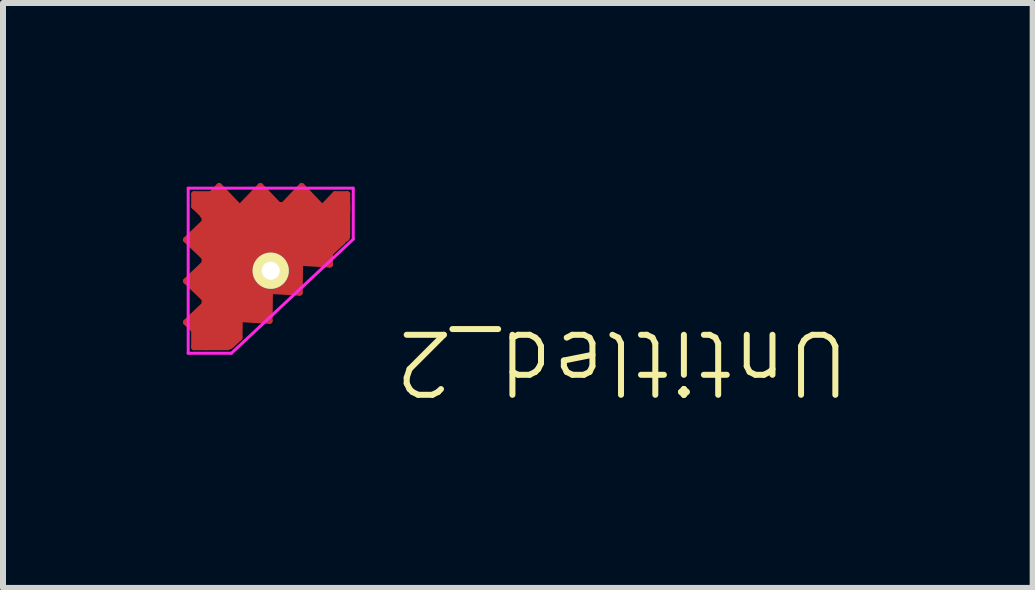
<source format=kicad_pcb>
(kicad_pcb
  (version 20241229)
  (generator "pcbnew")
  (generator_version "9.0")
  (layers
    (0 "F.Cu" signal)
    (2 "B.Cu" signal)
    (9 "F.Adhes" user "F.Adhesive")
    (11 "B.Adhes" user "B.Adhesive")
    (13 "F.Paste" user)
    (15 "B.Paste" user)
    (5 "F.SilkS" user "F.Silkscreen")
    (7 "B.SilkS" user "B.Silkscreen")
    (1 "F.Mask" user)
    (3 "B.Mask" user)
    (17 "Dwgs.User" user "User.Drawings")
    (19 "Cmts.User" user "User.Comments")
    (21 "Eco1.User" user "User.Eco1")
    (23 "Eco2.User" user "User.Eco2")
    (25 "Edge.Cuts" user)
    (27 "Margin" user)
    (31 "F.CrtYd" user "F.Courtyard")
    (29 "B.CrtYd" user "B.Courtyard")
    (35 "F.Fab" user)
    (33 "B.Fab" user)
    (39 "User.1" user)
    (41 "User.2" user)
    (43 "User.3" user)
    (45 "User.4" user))
  (footprint "Untitled_2"
    (layer "F.Cu")
    (at 1.466 1.486)
    (property "Reference" "Untitled_2" (at 5.856 1.5 180) (unlocked yes) (layer "F.SilkS") (effects (font (size 1 1) (thickness 0.1))))
    (attr through_hole)
    (fp_line (start -1.416 -0.541) (end -1.056 -0.884) (stroke (width 0.1) (type solid)) (layer "F.Cu"))
    (fp_line (start -1.416 0.147) (end -1.056 -0.197) (stroke (width 0.1) (type solid)) (layer "F.Cu"))
    (fp_line (start -1.416 0.834) (end -1.28 0.964) (stroke (width 0.1) (type solid)) (layer "F.Cu"))
    (fp_line (start -1.416 0.834) (end -1.056 0.491) (stroke (width 0.1) (type solid)) (layer "F.Cu"))
    (fp_line (start -1.305 -0.545) (end -1.175 -0.665) (stroke (width 0.15) (type solid)) (layer "F.Cu"))
    (fp_line (start -1.295 0.145) (end -1.165 0.025) (stroke (width 0.15) (type solid)) (layer "F.Cu"))
    (fp_line (start -1.28 -1.3) (end -1.28 -1.099) (stroke (width 0.1) (type solid)) (layer "F.Cu"))
    (fp_line (start -1.28 -1.099) (end -1.056 -0.884) (stroke (width 0.1) (type solid)) (layer "F.Cu"))
    (fp_line (start -1.28 0.964) (end -1.28 1.25) (stroke (width 0.1) (type solid)) (layer "F.Cu"))
    (fp_line (start -1.28 1.25) (end -1.079 1.25) (stroke (width 0.1) (type solid)) (layer "F.Cu"))
    (fp_line (start -1.185 1.145) (end -1.175 0.695) (stroke (width 0.15) (type solid)) (layer "F.Cu"))
    (fp_line (start -1.175 -1.205) (end -0.725 -1.195) (stroke (width 0.15) (type solid)) (layer "F.Cu"))
    (fp_line (start -1.175 -1.095) (end -1.175 -1.205) (stroke (width 0.15) (type solid)) (layer "F.Cu"))
    (fp_line (start -1.175 -0.665) (end -1.175 -0.415) (stroke (width 0.15) (type solid)) (layer "F.Cu"))
    (fp_line (start -1.175 -0.415) (end -1.305 -0.545) (stroke (width 0.15) (type solid)) (layer "F.Cu"))
    (fp_line (start -1.175 0.695) (end -1.275 0.855) (stroke (width 0.15) (type solid)) (layer "F.Cu"))
    (fp_line (start -1.165 0.025) (end -1.165 0.275) (stroke (width 0.15) (type solid)) (layer "F.Cu"))
    (fp_line (start -1.165 0.275) (end -1.295 0.145) (stroke (width 0.15) (type solid)) (layer "F.Cu"))
    (fp_line (start -1.079 1.25) (end -0.864 1.026) (stroke (width 0.1) (type solid)) (layer "F.Cu"))
    (fp_line (start -1.075 1.145) (end -1.185 1.145) (stroke (width 0.15) (type solid)) (layer "F.Cu"))
    (fp_line (start -1.056 -0.197) (end -1.416 -0.541) (stroke (width 0.1) (type solid)) (layer "F.Cu"))
    (fp_line (start -1.056 0.491) (end -1.416 0.147) (stroke (width 0.1) (type solid)) (layer "F.Cu"))
    (fp_line (start -0.994 -1.3) (end -1.28 -1.3) (stroke (width 0.1) (type solid)) (layer "F.Cu"))
    (fp_line (start -0.94 1.09) (end -0.9 -0.45) (stroke (width 0.2) (type default)) (layer "F.Cu"))
    (fp_line (start -0.912 0.524) (end -0.328 0.716) (stroke (width 0.2) (type default)) (layer "F.Cu"))
    (fp_line (start -0.9 -0.45) (end -0.81 1.1) (stroke (width 0.2) (type default)) (layer "F.Cu"))
    (fp_line (start -0.864 -1.436) (end -0.521 -1.076) (stroke (width 0.1) (type solid)) (layer "F.Cu"))
    (fp_line (start -0.864 -1.436) (end -0.994 -1.3) (stroke (width 0.1) (type solid)) (layer "F.Cu"))
    (fp_line (start -0.856 0.395) (end -0.273 0.586) (stroke (width 0.2) (type default)) (layer "F.Cu"))
    (fp_line (start -0.855 -0.89) (end -0.925 -1.09) (stroke (width 0.2) (type default)) (layer "F.Cu"))
    (fp_line (start -0.817 0.73) (end -0.76 -0.81) (stroke (width 0.2) (type default)) (layer "F.Cu"))
    (fp_line (start -0.81 1.1) (end -0.817 0.73) (stroke (width 0.2) (type default)) (layer "F.Cu"))
    (fp_line (start -0.782 0.274) (end -0.198 0.466) (stroke (width 0.2) (type default)) (layer "F.Cu"))
    (fp_line (start -0.76 -0.81) (end -0.74 -1.07) (stroke (width 0.2) (type default)) (layer "F.Cu"))
    (fp_line (start -0.725 -1.195) (end -0.885 -1.295) (stroke (width 0.15) (type solid)) (layer "F.Cu"))
    (fp_line (start -0.712 0.124) (end -0.128 0.316) (stroke (width 0.2) (type default)) (layer "F.Cu"))
    (fp_line (start -0.712 0.234) (end -0.128 0.426) (stroke (width 0.2) (type default)) (layer "F.Cu"))
    (fp_line (start -0.672 1.228) (end -0.525 1.091) (stroke (width 0.1) (type solid)) (layer "F.Cu"))
    (fp_line (start -0.66 -0.86) (end -0.61 0.45) (stroke (width 0.2) (type default)) (layer "F.Cu"))
    (fp_line (start -0.64 -0.97) (end 0.14 -1.07) (stroke (width 0.2) (type default)) (layer "F.Cu"))
    (fp_line (start -0.64 -0.76) (end -0.64 -0.97) (stroke (width 0.2) (type default)) (layer "F.Cu"))
    (fp_line (start -0.615 0.72) (end -0.685 0.52) (stroke (width 0.2) (type default)) (layer "F.Cu"))
    (fp_line (start -0.612 0.869) (end -0.728 0.691) (stroke (width 0.2) (type default)) (layer "F.Cu"))
    (fp_line (start -0.61 0.45) (end -0.36 -0.8) (stroke (width 0.2) (type default)) (layer "F.Cu"))
    (fp_line (start -0.594 1.012) (end -0.675 1.087) (stroke (width 0.15) (type solid)) (layer "F.Cu"))
    (fp_line (start -0.585 -0.87) (end -0.655 -1.07) (stroke (width 0.2) (type default)) (layer "F.Cu"))
    (fp_line (start -0.537 -0.713) (end -0.432 -0.107) (stroke (width 0.2) (type default)) (layer "F.Cu"))
    (fp_line (start -0.525 1.091) (end -0.521 0.781) (stroke (width 0.1) (type solid)) (layer "F.Cu"))
    (fp_line (start -0.521 -1.076) (end -0.177 -1.436) (stroke (width 0.1) (type solid)) (layer "F.Cu"))
    (fp_line (start -0.521 -0.8) (end 0.45 -0.98) (stroke (width 0.2) (type default)) (layer "F.Cu"))
    (fp_line (start -0.422 -0.403) (end -0.318 0.203) (stroke (width 0.2) (type default)) (layer "F.Cu"))
    (fp_line (start -0.36 -0.8) (end -0.255 -0.195) (stroke (width 0.2) (type default)) (layer "F.Cu"))
    (fp_line (start -0.305 -1.185) (end -0.175 -1.315) (stroke (width 0.15) (type solid)) (layer "F.Cu"))
    (fp_line (start -0.297 -0.423) (end 0.287 -0.232) (stroke (width 0.2) (type default)) (layer "F.Cu"))
    (fp_line (start -0.28 -0.86) (end -0.35 -1.06) (stroke (width 0.2) (type default)) (layer "F.Cu"))
    (fp_line (start -0.28 0.719) (end -0.097 0.548) (stroke (width 0.15) (type solid)) (layer "F.Cu"))
    (fp_line (start -0.177 -1.436) (end 0.167 -1.076) (stroke (width 0.1) (type solid)) (layer "F.Cu"))
    (fp_line (start -0.175 -1.315) (end -0.055 -1.185) (stroke (width 0.15) (type solid)) (layer "F.Cu"))
    (fp_line (start -0.103 0.732) (end -0.28 0.719) (stroke (width 0.15) (type solid)) (layer "F.Cu"))
    (fp_line (start -0.097 0.548) (end -0.103 0.732) (stroke (width 0.15) (type solid)) (layer "F.Cu"))
    (fp_line (start -0.055 -1.185) (end -0.305 -1.185) (stroke (width 0.15) (type solid)) (layer "F.Cu"))
    (fp_line (start -0.032 -0.426) (end 0.552 -0.234) (stroke (width 0.2) (type default)) (layer "F.Cu"))
    (fp_line (start -0.024 0.81) (end -0.521 0.781) (stroke (width 0.1) (type solid)) (layer "F.Cu"))
    (fp_line (start -0.018 0.312) (end -0.024 0.81) (stroke (width 0.1) (type solid)) (layer "F.Cu"))
    (fp_line (start 0.118 -0.486) (end 0.702 -0.294) (stroke (width 0.2) (type default)) (layer "F.Cu"))
    (fp_line (start 0.14 -1.07) (end -0.65 0.68) (stroke (width 0.2) (type default)) (layer "F.Cu"))
    (fp_line (start 0.16 -0.97) (end 0.49 -1) (stroke (width 0.2) (type default)) (layer "F.Cu"))
    (fp_line (start 0.167 -1.076) (end 0.511 -1.436) (stroke (width 0.1) (type solid)) (layer "F.Cu"))
    (fp_line (start 0.218 0.241) (end 0.401 0.07) (stroke (width 0.15) (type solid)) (layer "F.Cu"))
    (fp_line (start 0.218 -0.746) (end 0.802 -0.554) (stroke (width 0.2) (type default)) (layer "F.Cu"))
    (fp_line (start 0.218 -0.606) (end 0.802 -0.414) (stroke (width 0.2) (type default)) (layer "F.Cu"))
    (fp_line (start 0.268 -0.726) (end 0.852 -0.534) (stroke (width 0.2) (type default)) (layer "F.Cu"))
    (fp_line (start 0.31 -1.06) (end 0.16 -0.97) (stroke (width 0.2) (type default)) (layer "F.Cu"))
    (fp_line (start 0.323 0.253) (end 0.113 0.228) (stroke (width 0.2) (type default)) (layer "F.Cu"))
    (fp_line (start 0.375 0.01) (end 0.305 -0.19) (stroke (width 0.2) (type default)) (layer "F.Cu"))
    (fp_line (start 0.385 -1.195) (end 0.515 -1.325) (stroke (width 0.15) (type solid)) (layer "F.Cu"))
    (fp_line (start 0.395 0.254) (end 0.218 0.241) (stroke (width 0.15) (type solid)) (layer "F.Cu"))
    (fp_line (start 0.401 0.07) (end 0.395 0.254) (stroke (width 0.15) (type solid)) (layer "F.Cu"))
    (fp_line (start 0.406 -0.13) (end 0.294 0.05) (stroke (width 0.2) (type default)) (layer "F.Cu"))
    (fp_line (start 0.44 -1.21) (end 0.31 -1.06) (stroke (width 0.2) (type default)) (layer "F.Cu"))
    (fp_line (start 0.45 -0.98) (end 0.99 -0.81) (stroke (width 0.2) (type default)) (layer "F.Cu"))
    (fp_line (start 0.46 -0.29) (end -0.64 -0.76) (stroke (width 0.2) (type default)) (layer "F.Cu"))
    (fp_line (start 0.478 0.341) (end -0.018 0.312) (stroke (width 0.1) (type solid)) (layer "F.Cu"))
    (fp_line (start 0.484 -0.157) (end 0.478 0.341) (stroke (width 0.1) (type solid)) (layer "F.Cu"))
    (fp_line (start 0.49 -1) (end 0.63 -1.05) (stroke (width 0.2) (type default)) (layer "F.Cu"))
    (fp_line (start 0.498 -0.996) (end 1.082 -0.804) (stroke (width 0.2) (type default)) (layer "F.Cu"))
    (fp_line (start 0.511 -1.436) (end 0.854 -1.076) (stroke (width 0.1) (type solid)) (layer "F.Cu"))
    (fp_line (start 0.515 -1.325) (end 0.635 -1.195) (stroke (width 0.15) (type solid)) (layer "F.Cu"))
    (fp_line (start 0.542 -0.822) (end 1.138 -0.968) (stroke (width 0.2) (type default)) (layer "F.Cu"))
    (fp_line (start 0.56 -0.4) (end -0.36 -0.81) (stroke (width 0.2) (type default)) (layer "F.Cu"))
    (fp_line (start 0.63 -1.05) (end 0.72 -0.895) (stroke (width 0.2) (type default)) (layer "F.Cu"))
    (fp_line (start 0.635 -1.195) (end 0.385 -1.195) (stroke (width 0.15) (type solid)) (layer "F.Cu"))
    (fp_line (start 0.67 -1.12) (end 0.44 -1.21) (stroke (width 0.2) (type default)) (layer "F.Cu"))
    (fp_line (start 0.715 -0.209) (end 0.9 -0.245) (stroke (width 0.15) (type solid)) (layer "F.Cu"))
    (fp_line (start 0.92 -1.01) (end 1.03 -1.07) (stroke (width 0.2) (type default)) (layer "F.Cu"))
    (fp_line (start 0.976 -0.589) (end 1.051 -0.508) (stroke (width 0.15) (type solid)) (layer "F.Cu"))
    (fp_line (start 0.981 -0.127) (end 0.983 -0.316) (stroke (width 0.1) (type solid)) (layer "F.Cu"))
    (fp_line (start 0.981 -0.128) (end 0.484 -0.157) (stroke (width 0.1) (type solid)) (layer "F.Cu"))
    (fp_line (start 0.983 -0.316) (end 1.193 -0.511) (stroke (width 0.1) (type solid)) (layer "F.Cu"))
    (fp_line (start 1.051 -0.508) (end 0.715 -0.209) (stroke (width 0.15) (type solid)) (layer "F.Cu"))
    (fp_line (start 1.065 -1.195) (end 1.175 -1.195) (stroke (width 0.15) (type solid)) (layer "F.Cu"))
    (fp_line (start 1.069 -1.3) (end 0.854 -1.076) (stroke (width 0.1) (type solid)) (layer "F.Cu"))
    (fp_line (start 1.088 -0.622) (end 0.67 -1.12) (stroke (width 0.2) (type default)) (layer "F.Cu"))
    (fp_line (start 1.175 -1.195) (end 1.165 -0.745) (stroke (width 0.15) (type solid)) (layer "F.Cu"))
    (fp_line (start 1.19 -0.642) (end 1.07 -0.818) (stroke (width 0.2) (type default)) (layer "F.Cu"))
    (fp_line (start 1.193 -0.511) (end 1.055 -0.658) (stroke (width 0.1) (type solid)) (layer "F.Cu"))
    (fp_line (start 1.27 -1.3) (end 1.069 -1.3) (stroke (width 0.1) (type solid)) (layer "F.Cu"))
    (fp_line (start 1.27 -1.014) (end 1.27 -1.3) (stroke (width 0.1) (type solid)) (layer "F.Cu"))
    (fp_rect (start -1.09 -1.17) (end -0.74 -0.97) (stroke (width 0.2) (type default)) (fill no) (layer "F.Cu"))
    (fp_rect (start -1.056 -0.884) (end -0.93 -0.62) (stroke (width 0.2) (type default)) (fill no) (layer "F.Cu"))
    (fp_rect (start -1.056 -0.62) (end -0.73 1.2) (stroke (width 0.2) (type default)) (fill no) (layer "F.Cu"))
    (fp_rect (start 0.03 -0.81) (end 0.99 -0.65) (stroke (width 0.2) (type default)) (fill no) (layer "F.Cu"))
    (fp_rect (start 1.04 -1.12) (end 1.22 -0.6) (stroke (width 0.2) (type default)) (fill no) (layer "F.Cu"))
    (fp_line (start -1.38 -1.4) (end -1.38 1.35) (stroke (width 0.05) (type solid)) (layer "F.CrtYd"))
    (fp_line (start -1.38 -1.4) (end 1.37 -1.4) (stroke (width 0.05) (type solid)) (layer "F.CrtYd"))
    (fp_line (start -0.66 1.35) (end -1.38 1.35) (stroke (width 0.05) (type default)) (layer "F.CrtYd"))
    (fp_line (start -0.66 1.35) (end 1.37 -0.55) (stroke (width 0.05) (type default)) (layer "F.CrtYd"))
    (fp_line (start 1.37 -0.55) (end 1.37 -1.4) (stroke (width 0.05) (type default)) (layer "F.CrtYd"))
    (pad "1" thru_hole circle (at -0.005 -0.025) (size 0.605 0.605) (drill 0.3) (layers "*.Cu" "*.Mask" "F.SilkS")))
  (gr_rect
    (start -3 -3)
    (end 14.158 6.747)
    (stroke (width 0.1) (type default))
    (fill no)
    (layer "Edge.Cuts")))
</source>
